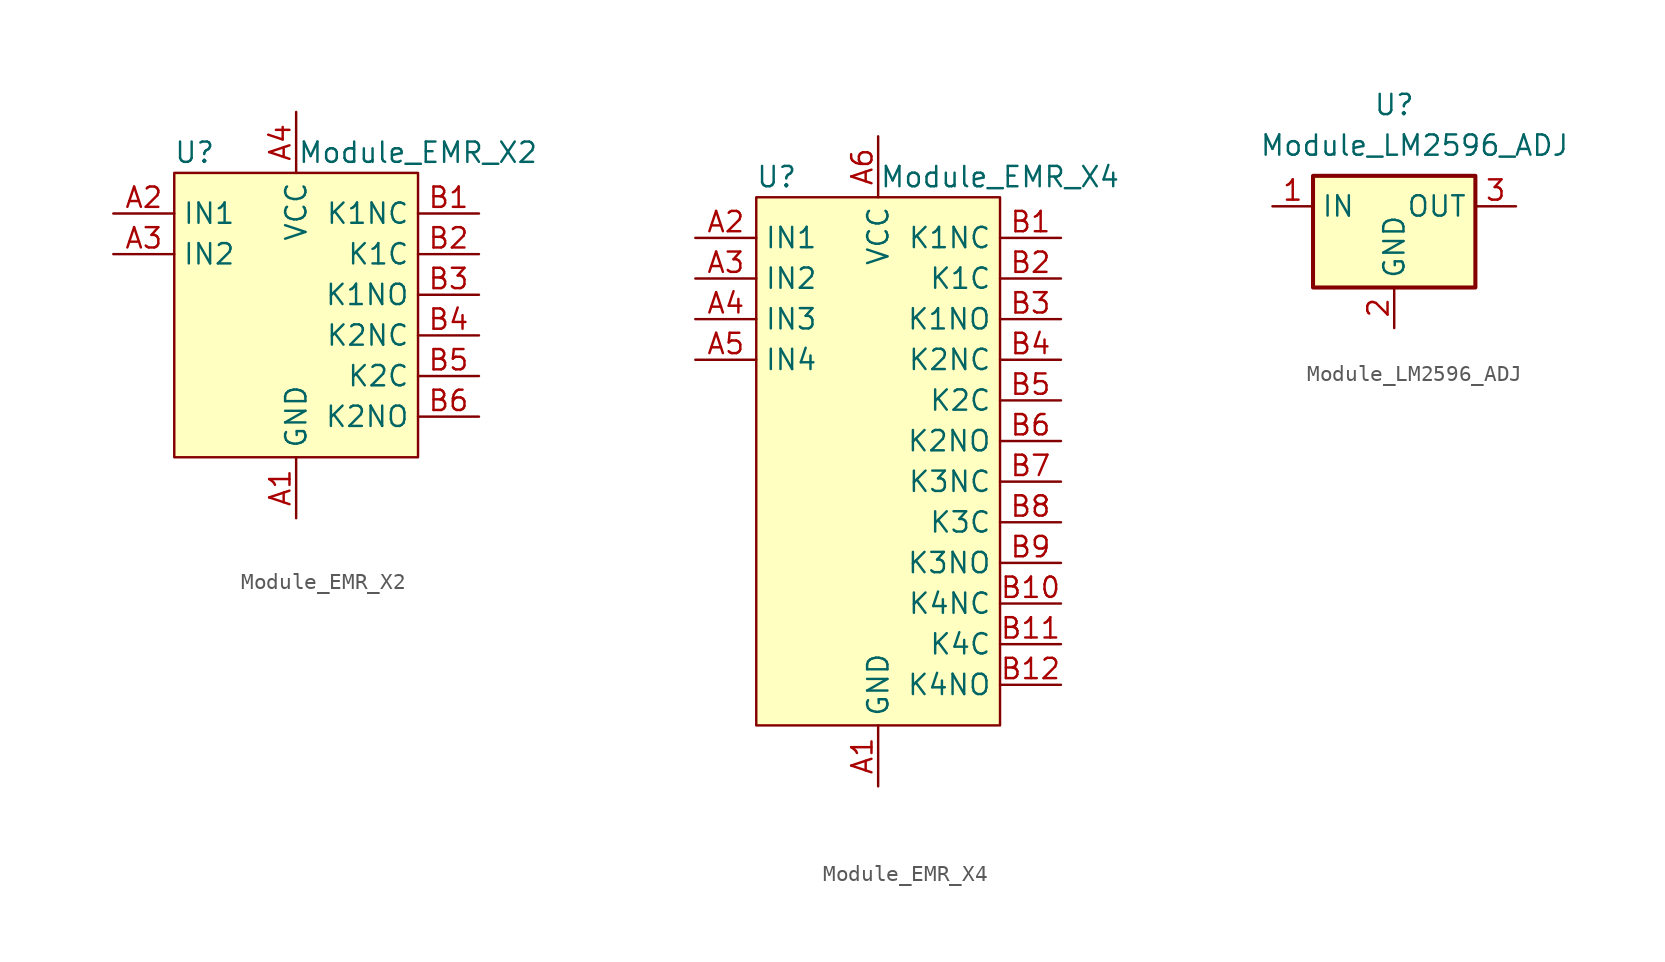
<source format=kicad_sym>
(kicad_symbol_lib
  (version 20211014)
  (generator kicad_symbol_editor)
  (symbol "Module_EMR_X2"
    (property "Reference" "U"
      (at -6.35 10.16 0)
      (effects (font (size 1.27 1.27))))
    (property "Value" "Module_EMR_X2"
      (at 7.62 10.16 0)
      (effects (font (size 1.27 1.27))))
    (symbol "Module_EMR_X2_0_1"
      (rectangle (start -7.62 8.89) (end 7.62 -8.89) (stroke (width 0) (type default) (color 0 0 0 0)) (fill (type background))))
    (symbol "Module_EMR_X2_1_1"
      (pin power_in line (at 0 -12.7 90) (length 3.81) (name "GND" (effects (font (size 1.27 1.27)))) (number "A1" (effects (font (size 1.27 1.27)))))
      (pin input line (at -11.43 6.35 0) (length 3.81) (name "IN1" (effects (font (size 1.27 1.27)))) (number "A2" (effects (font (size 1.27 1.27)))))
      (pin input line (at -11.43 3.81 0) (length 3.81) (name "IN2" (effects (font (size 1.27 1.27)))) (number "A3" (effects (font (size 1.27 1.27)))))
      (pin power_in line (at 0 12.7 270) (length 3.81) (name "VCC" (effects (font (size 1.27 1.27)))) (number "A4" (effects (font (size 1.27 1.27)))))
      (pin passive line (at 11.43 6.35 180) (length 3.81) (name "K1NC" (effects (font (size 1.27 1.27)))) (number "B1" (effects (font (size 1.27 1.27)))))
      (pin passive line (at 11.43 3.81 180) (length 3.81) (name "K1C" (effects (font (size 1.27 1.27)))) (number "B2" (effects (font (size 1.27 1.27)))))
      (pin passive line (at 11.43 1.27 180) (length 3.81) (name "K1NO" (effects (font (size 1.27 1.27)))) (number "B3" (effects (font (size 1.27 1.27)))))
      (pin passive line (at 11.43 -1.27 180) (length 3.81) (name "K2NC" (effects (font (size 1.27 1.27)))) (number "B4" (effects (font (size 1.27 1.27)))))
      (pin passive line (at 11.43 -3.81 180) (length 3.81) (name "K2C" (effects (font (size 1.27 1.27)))) (number "B5" (effects (font (size 1.27 1.27)))))
      (pin passive line (at 11.43 -6.35 180) (length 3.81) (name "K2NO" (effects (font (size 1.27 1.27)))) (number "B6" (effects (font (size 1.27 1.27)))))))
  (symbol "Module_EMR_X4"
    (property "Reference" "U"
      (at -6.35 17.78 0)
      (effects (font (size 1.27 1.27))))
    (property "Value" "Module_EMR_X4"
      (at 7.62 17.78 0)
      (effects (font (size 1.27 1.27))))
    (symbol "Module_EMR_X4_0_1"
      (rectangle (start 7.62 16.51) (end -7.62 -16.51) (stroke (width 0) (type default) (color 0 0 0 0)) (fill (type background))))
    (symbol "Module_EMR_X4_1_1"
      (pin power_in line (at 0 -20.32 90) (length 3.81) (name "GND" (effects (font (size 1.27 1.27)))) (number "A1" (effects (font (size 1.27 1.27)))))
      (pin input line (at -11.43 13.97 0) (length 3.81) (name "IN1" (effects (font (size 1.27 1.27)))) (number "A2" (effects (font (size 1.27 1.27)))))
      (pin input line (at -11.43 11.43 0) (length 3.81) (name "IN2" (effects (font (size 1.27 1.27)))) (number "A3" (effects (font (size 1.27 1.27)))))
      (pin input line (at -11.43 8.89 0) (length 3.81) (name "IN3" (effects (font (size 1.27 1.27)))) (number "A4" (effects (font (size 1.27 1.27)))))
      (pin input line (at -11.43 6.35 0) (length 3.81) (name "IN4" (effects (font (size 1.27 1.27)))) (number "A5" (effects (font (size 1.27 1.27)))))
      (pin power_in line (at 0 20.32 270) (length 3.81) (name "VCC" (effects (font (size 1.27 1.27)))) (number "A6" (effects (font (size 1.27 1.27)))))
      (pin passive line (at 11.43 13.97 180) (length 3.81) (name "K1NC" (effects (font (size 1.27 1.27)))) (number "B1" (effects (font (size 1.27 1.27)))))
      (pin passive line (at 11.43 -8.89 180) (length 3.81) (name "K4NC" (effects (font (size 1.27 1.27)))) (number "B10" (effects (font (size 1.27 1.27)))))
      (pin passive line (at 11.43 -11.43 180) (length 3.81) (name "K4C" (effects (font (size 1.27 1.27)))) (number "B11" (effects (font (size 1.27 1.27)))))
      (pin passive line (at 11.43 -13.97 180) (length 3.81) (name "K4NO" (effects (font (size 1.27 1.27)))) (number "B12" (effects (font (size 1.27 1.27)))))
      (pin passive line (at 11.43 11.43 180) (length 3.81) (name "K1C" (effects (font (size 1.27 1.27)))) (number "B2" (effects (font (size 1.27 1.27)))))
      (pin passive line (at 11.43 8.89 180) (length 3.81) (name "K1NO" (effects (font (size 1.27 1.27)))) (number "B3" (effects (font (size 1.27 1.27)))))
      (pin passive line (at 11.43 6.35 180) (length 3.81) (name "K2NC" (effects (font (size 1.27 1.27)))) (number "B4" (effects (font (size 1.27 1.27)))))
      (pin passive line (at 11.43 3.81 180) (length 3.81) (name "K2C" (effects (font (size 1.27 1.27)))) (number "B5" (effects (font (size 1.27 1.27)))))
      (pin passive line (at 11.43 1.27 180) (length 3.81) (name "K2NO" (effects (font (size 1.27 1.27)))) (number "B6" (effects (font (size 1.27 1.27)))))
      (pin passive line (at 11.43 -1.27 180) (length 3.81) (name "K3NC" (effects (font (size 1.27 1.27)))) (number "B7" (effects (font (size 1.27 1.27)))))
      (pin passive line (at 11.43 -3.81 180) (length 3.81) (name "K3C" (effects (font (size 1.27 1.27)))) (number "B8" (effects (font (size 1.27 1.27)))))
      (pin passive line (at 11.43 -6.35 180) (length 3.81) (name "K3NO" (effects (font (size 1.27 1.27)))) (number "B9" (effects (font (size 1.27 1.27)))))))
  (symbol "Module_LM2596_ADJ"
    (property "Reference" "U"
      (at 0 6.35 0)
      (effects (font (size 1.27 1.27))))
    (property "Value" "Module_LM2596_ADJ"
      (at 1.27 3.81 0)
      (effects (font (size 1.27 1.27))))
    (symbol "Module_LM2596_ADJ_0_1"
      (rectangle (start -5.08 1.905) (end 5.08 -5.08) (stroke (width 0.254) (type default) (color 0 0 0 0)) (fill (type background))))
    (symbol "Module_LM2596_ADJ_1_1"
      (pin power_in line (at -7.62 0 0) (length 2.54) (name "IN" (effects (font (size 1.27 1.27)))) (number "1" (effects (font (size 1.27 1.27)))))
      (pin power_in line (at 0 -7.62 90) (length 2.54) (name "GND" (effects (font (size 1.27 1.27)))) (number "2" (effects (font (size 1.27 1.27)))))
      (pin power_out line (at 7.62 0 180) (length 2.54) (name "OUT" (effects (font (size 1.27 1.27)))) (number "3" (effects (font (size 1.27 1.27))))))))
</source>
